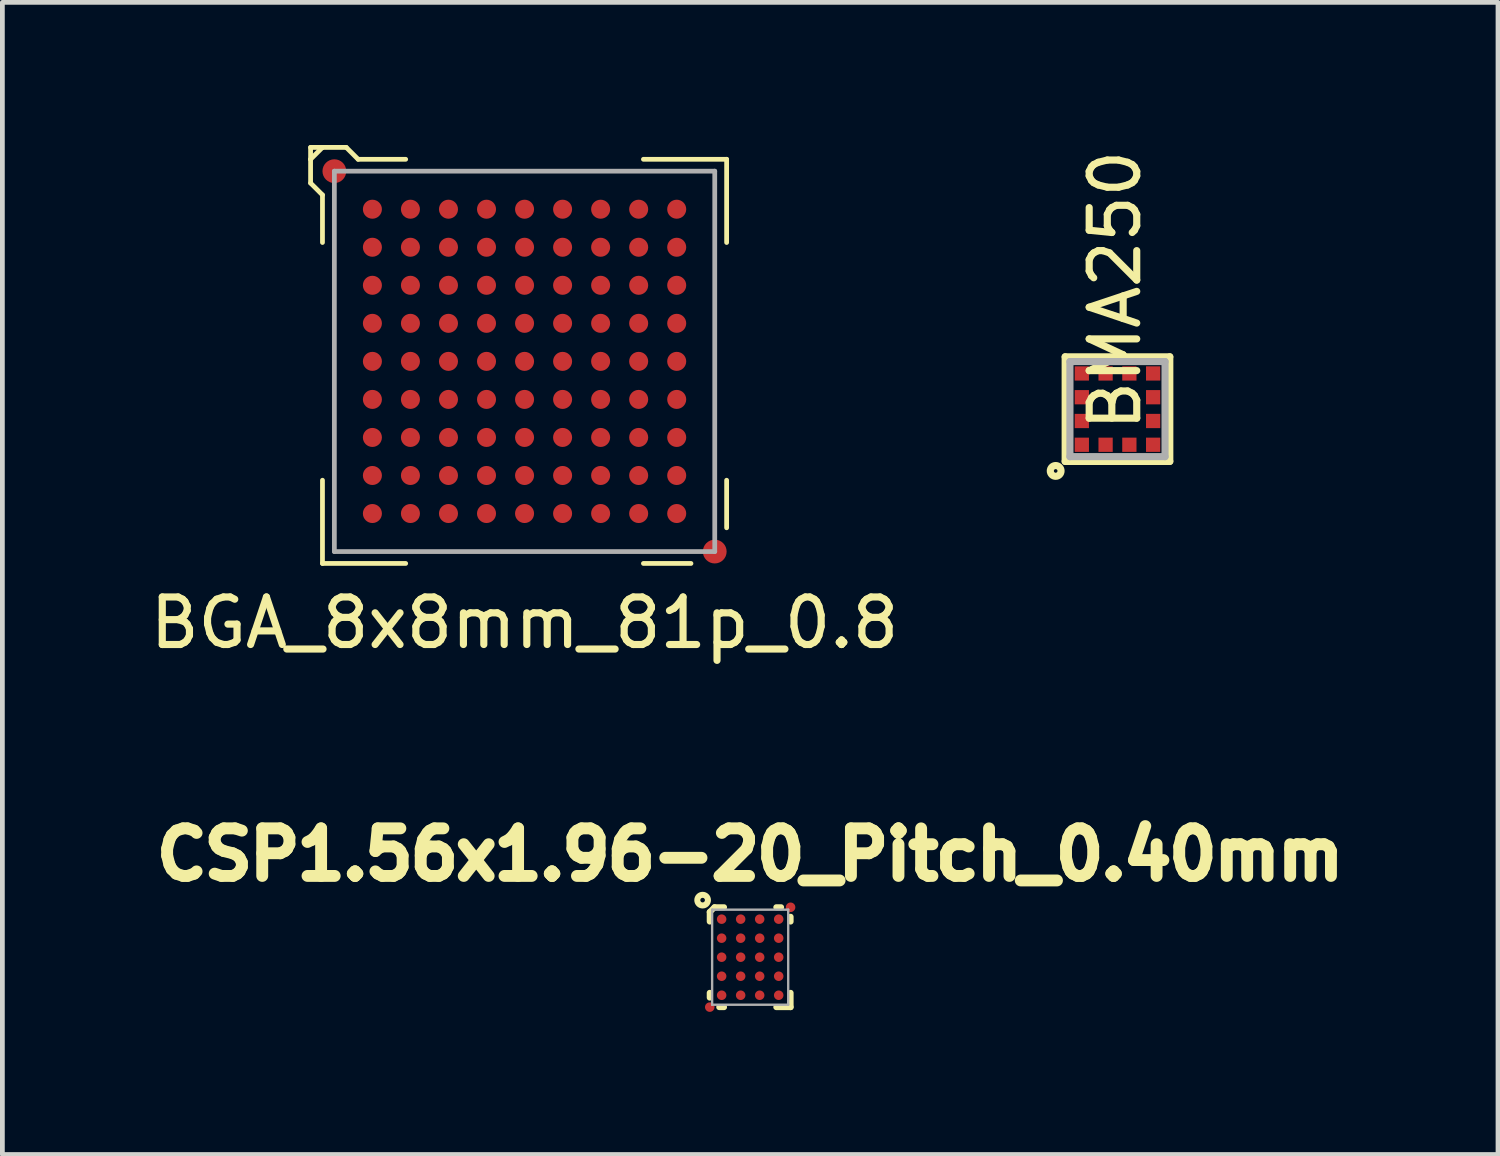
<source format=kicad_pcb>
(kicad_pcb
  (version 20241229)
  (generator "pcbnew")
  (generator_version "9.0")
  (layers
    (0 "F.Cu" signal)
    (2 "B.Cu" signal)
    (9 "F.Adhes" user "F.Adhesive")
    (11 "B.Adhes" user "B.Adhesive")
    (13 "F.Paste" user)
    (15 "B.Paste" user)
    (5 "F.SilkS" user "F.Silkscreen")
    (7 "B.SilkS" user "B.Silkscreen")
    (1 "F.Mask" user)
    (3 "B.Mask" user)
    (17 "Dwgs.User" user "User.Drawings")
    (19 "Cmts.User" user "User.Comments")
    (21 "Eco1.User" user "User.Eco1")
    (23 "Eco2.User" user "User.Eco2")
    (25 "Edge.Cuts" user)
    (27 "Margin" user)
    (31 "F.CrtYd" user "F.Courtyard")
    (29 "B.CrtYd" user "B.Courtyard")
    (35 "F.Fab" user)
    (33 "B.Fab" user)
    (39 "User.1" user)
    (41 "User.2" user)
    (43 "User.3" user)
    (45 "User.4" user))
  (footprint "CSP1.56x1.96-20_Pitch_0.40mm"
    (layer "F.Cu")
    (at 12.727 17.081)
    (property "Reference" "CSP1.56x1.96-20_Pitch_0.40mm" (at 0 -2.159 0) (layer "F.SilkS") (effects (font (size 1 1) (thickness 0.25))))
    (attr through_hole)
    (fp_line (start -0.85 -0.75) (end -0.85 -0.95) (stroke (width 0.127) (type solid)) (layer "F.SilkS"))
    (fp_line (start -0.85 0.75) (end -0.85 0.85) (stroke (width 0.127) (type solid)) (layer "F.SilkS"))
    (fp_line (start -0.75 -1.05) (end -0.85 -0.95) (stroke (width 0.127) (type solid)) (layer "F.SilkS"))
    (fp_line (start -0.75 -1.05) (end -0.55 -1.05) (stroke (width 0.127) (type solid)) (layer "F.SilkS"))
    (fp_line (start -0.55 1.05) (end -0.65 1.05) (stroke (width 0.127) (type solid)) (layer "F.SilkS"))
    (fp_line (start 0.55 -1.05) (end 0.65 -1.05) (stroke (width 0.127) (type solid)) (layer "F.SilkS"))
    (fp_line (start 0.55 1.05) (end 0.85 1.05) (stroke (width 0.127) (type solid)) (layer "F.SilkS"))
    (fp_line (start 0.85 -0.75) (end 0.85 -0.85) (stroke (width 0.127) (type solid)) (layer "F.SilkS"))
    (fp_line (start 0.85 1.05) (end 0.85 0.75) (stroke (width 0.127) (type solid)) (layer "F.SilkS"))
    (fp_circle (center -1 -1.2) (end -1.1 -1.15) (stroke (width 0.127) (type solid)) (fill no) (layer "F.SilkS"))
    (fp_line (start -0.8 -1) (end 0.8 -1) (stroke (width 0.05) (type solid)) (layer "F.Fab"))
    (fp_line (start -0.8 1) (end -0.8 -1) (stroke (width 0.05) (type solid)) (layer "F.Fab"))
    (fp_line (start 0.8 -1) (end 0.8 1) (stroke (width 0.05) (type solid)) (layer "F.Fab"))
    (fp_line (start 0.8 1) (end -0.8 1) (stroke (width 0.05) (type solid)) (layer "F.Fab"))
    (pad "A1" smd circle (at -0.6 -0.8) (size 0.2 0.2) (layers "F.Cu" "F.Mask" "F.Paste"))
    (pad "A2" smd circle (at -0.2 -0.8) (size 0.2 0.2) (layers "F.Cu" "F.Mask" "F.Paste"))
    (pad "A3" smd circle (at 0.2 -0.8) (size 0.2 0.2) (layers "F.Cu" "F.Mask" "F.Paste"))
    (pad "A4" smd circle (at 0.6 -0.8) (size 0.2 0.2) (layers "F.Cu" "F.Mask" "F.Paste"))
    (pad "B1" smd circle (at -0.6 -0.4) (size 0.2 0.2) (layers "F.Cu" "F.Mask" "F.Paste"))
    (pad "B2" smd circle (at -0.2 -0.4) (size 0.2 0.2) (layers "F.Cu" "F.Mask" "F.Paste"))
    (pad "B3" smd circle (at 0.2 -0.4) (size 0.2 0.2) (layers "F.Cu" "F.Mask" "F.Paste"))
    (pad "B4" smd circle (at 0.6 -0.4) (size 0.2 0.2) (layers "F.Cu" "F.Mask" "F.Paste"))
    (pad "C1" smd circle (at -0.6 0) (size 0.2 0.2) (layers "F.Cu" "F.Mask" "F.Paste"))
    (pad "C2" smd circle (at -0.2 0) (size 0.2 0.2) (layers "F.Cu" "F.Mask" "F.Paste"))
    (pad "C3" smd circle (at 0.2 0) (size 0.2 0.2) (layers "F.Cu" "F.Mask" "F.Paste"))
    (pad "C4" smd circle (at 0.6 0) (size 0.2 0.2) (layers "F.Cu" "F.Mask" "F.Paste"))
    (pad "D1" smd circle (at -0.6 0.4) (size 0.2 0.2) (layers "F.Cu" "F.Mask" "F.Paste"))
    (pad "D2" smd circle (at -0.2 0.4) (size 0.2 0.2) (layers "F.Cu" "F.Mask" "F.Paste"))
    (pad "D3" smd circle (at 0.2 0.4) (size 0.2 0.2) (layers "F.Cu" "F.Mask" "F.Paste"))
    (pad "D4" smd circle (at 0.6 0.4) (size 0.2 0.2) (layers "F.Cu" "F.Mask" "F.Paste"))
    (pad "E1" smd circle (at -0.6 0.8) (size 0.2 0.2) (layers "F.Cu" "F.Mask" "F.Paste"))
    (pad "E2" smd circle (at -0.2 0.8) (size 0.2 0.2) (layers "F.Cu" "F.Mask" "F.Paste"))
    (pad "E3" smd circle (at 0.2 0.8) (size 0.2 0.2) (layers "F.Cu" "F.Mask" "F.Paste"))
    (pad "E4" smd circle (at 0.6 0.8) (size 0.2 0.2) (layers "F.Cu" "F.Mask" "F.Paste"))
    (pad "Fid1" smd circle (at 0.85 -1.05) (size 0.2 0.2) (layers "F.Cu" "F.Mask"))
    (pad "Fid2" smd circle (at -0.85 1.05) (size 0.2 0.2) (layers "F.Cu" "F.Mask")))
  (footprint "BGA_8x8mm_81p_0.8"
    (layer "F.Cu")
    (at 7.982 4.55)
    (property "Reference" "BGA_8x8mm_81p_0.8" (at 0 5.5 0) (layer "F.SilkS") (effects (font (size 1 1) (thickness 0.15))))
    (attr through_hole)
    (fp_line (start -4.5 -4.5) (end -4.5 -4.25) (stroke (width 0.1) (type solid)) (layer "F.SilkS"))
    (fp_line (start -4.5 -4.25) (end -4.5 -3.75) (stroke (width 0.1) (type solid)) (layer "F.SilkS"))
    (fp_line (start -4.5 -3.75) (end -4.25 -3.5) (stroke (width 0.1) (type solid)) (layer "F.SilkS"))
    (fp_line (start -4.25 -4.5) (end -4.5 -4.5) (stroke (width 0.1) (type solid)) (layer "F.SilkS"))
    (fp_line (start -4.25 -4.5) (end -4.5 -4.25) (stroke (width 0.1) (type solid)) (layer "F.SilkS"))
    (fp_line (start -4.25 -3.5) (end -4.25 -2.5) (stroke (width 0.1) (type solid)) (layer "F.SilkS"))
    (fp_line (start -4.25 2.5) (end -4.25 4.25) (stroke (width 0.1) (type solid)) (layer "F.SilkS"))
    (fp_line (start -4.25 4.25) (end -2.5 4.25) (stroke (width 0.1) (type solid)) (layer "F.SilkS"))
    (fp_line (start -3.75 -4.5) (end -4.25 -4.5) (stroke (width 0.1) (type solid)) (layer "F.SilkS"))
    (fp_line (start -3.5 -4.25) (end -3.75 -4.5) (stroke (width 0.1) (type solid)) (layer "F.SilkS"))
    (fp_line (start -2.5 -4.25) (end -3.5 -4.25) (stroke (width 0.1) (type solid)) (layer "F.SilkS"))
    (fp_line (start 2.5 -4.25) (end 4.25 -4.25) (stroke (width 0.1) (type solid)) (layer "F.SilkS"))
    (fp_line (start 3.5 4.25) (end 2.5 4.25) (stroke (width 0.1) (type solid)) (layer "F.SilkS"))
    (fp_line (start 4.25 -4.25) (end 4.25 -2.5) (stroke (width 0.1) (type solid)) (layer "F.SilkS"))
    (fp_line (start 4.25 3.5) (end 4.25 2.5) (stroke (width 0.1) (type solid)) (layer "F.SilkS"))
    (fp_line (start -4 -4) (end -4 4) (stroke (width 0.1) (type solid)) (layer "F.Fab"))
    (fp_line (start -4 4) (end 4 4) (stroke (width 0.1) (type solid)) (layer "F.Fab"))
    (fp_line (start 4 -4) (end -4 -4) (stroke (width 0.1) (type solid)) (layer "F.Fab"))
    (fp_line (start 4 4) (end 4 -4) (stroke (width 0.1) (type solid)) (layer "F.Fab"))
    (pad "0" smd circle (at -4 -4) (size 0.5 0.5) (layers "F.Cu" "F.Mask"))
    (pad "0" smd circle (at 4 4) (size 0.5 0.5) (layers "F.Cu" "F.Mask"))
    (pad "A1" smd circle (at -3.2 -3.2) (size 0.4 0.4) (layers "F.Cu" "F.Mask" "F.Paste"))
    (pad "A2" smd circle (at -2.4 -3.2) (size 0.4 0.4) (layers "F.Cu" "F.Mask" "F.Paste"))
    (pad "A3" smd circle (at -1.6 -3.2) (size 0.4 0.4) (layers "F.Cu" "F.Mask" "F.Paste"))
    (pad "A4" smd circle (at -0.8 -3.2) (size 0.4 0.4) (layers "F.Cu" "F.Mask" "F.Paste"))
    (pad "A5" smd circle (at 0 -3.2) (size 0.4 0.4) (layers "F.Cu" "F.Mask" "F.Paste"))
    (pad "A6" smd circle (at 0.8 -3.2) (size 0.4 0.4) (layers "F.Cu" "F.Mask" "F.Paste"))
    (pad "A7" smd circle (at 1.6 -3.2) (size 0.4 0.4) (layers "F.Cu" "F.Mask" "F.Paste"))
    (pad "A8" smd circle (at 2.4 -3.2) (size 0.4 0.4) (layers "F.Cu" "F.Mask" "F.Paste"))
    (pad "A9" smd circle (at 3.2 -3.2) (size 0.4 0.4) (layers "F.Cu" "F.Mask" "F.Paste"))
    (pad "B1" smd circle (at -3.2 -2.4) (size 0.4 0.4) (layers "F.Cu" "F.Mask" "F.Paste"))
    (pad "B2" smd circle (at -2.4 -2.4) (size 0.4 0.4) (layers "F.Cu" "F.Mask" "F.Paste"))
    (pad "B3" smd circle (at -1.6 -2.4) (size 0.4 0.4) (layers "F.Cu" "F.Mask" "F.Paste"))
    (pad "B4" smd circle (at -0.8 -2.4) (size 0.4 0.4) (layers "F.Cu" "F.Mask" "F.Paste"))
    (pad "B5" smd circle (at 0 -2.4) (size 0.4 0.4) (layers "F.Cu" "F.Mask" "F.Paste"))
    (pad "B6" smd circle (at 0.8 -2.4) (size 0.4 0.4) (layers "F.Cu" "F.Mask" "F.Paste"))
    (pad "B7" smd circle (at 1.6 -2.4) (size 0.4 0.4) (layers "F.Cu" "F.Mask" "F.Paste"))
    (pad "B8" smd circle (at 2.4 -2.4) (size 0.4 0.4) (layers "F.Cu" "F.Mask" "F.Paste"))
    (pad "B9" smd circle (at 3.2 -2.4) (size 0.4 0.4) (layers "F.Cu" "F.Mask" "F.Paste"))
    (pad "C1" smd circle (at -3.2 -1.6) (size 0.4 0.4) (layers "F.Cu" "F.Mask" "F.Paste"))
    (pad "C2" smd circle (at -2.4 -1.6) (size 0.4 0.4) (layers "F.Cu" "F.Mask" "F.Paste"))
    (pad "C3" smd circle (at -1.6 -1.6) (size 0.4 0.4) (layers "F.Cu" "F.Mask" "F.Paste"))
    (pad "C4" smd circle (at -0.8 -1.6) (size 0.4 0.4) (layers "F.Cu" "F.Mask" "F.Paste"))
    (pad "C5" smd circle (at 0 -1.6) (size 0.4 0.4) (layers "F.Cu" "F.Mask" "F.Paste"))
    (pad "C6" smd circle (at 0.8 -1.6) (size 0.4 0.4) (layers "F.Cu" "F.Mask" "F.Paste"))
    (pad "C7" smd circle (at 1.6 -1.6) (size 0.4 0.4) (layers "F.Cu" "F.Mask" "F.Paste"))
    (pad "C8" smd circle (at 2.4 -1.6) (size 0.4 0.4) (layers "F.Cu" "F.Mask" "F.Paste"))
    (pad "C9" smd circle (at 3.2 -1.6) (size 0.4 0.4) (layers "F.Cu" "F.Mask" "F.Paste"))
    (pad "D1" smd circle (at -3.2 -0.8) (size 0.4 0.4) (layers "F.Cu" "F.Mask" "F.Paste"))
    (pad "D2" smd circle (at -2.4 -0.8) (size 0.4 0.4) (layers "F.Cu" "F.Mask" "F.Paste"))
    (pad "D3" smd circle (at -1.6 -0.8) (size 0.4 0.4) (layers "F.Cu" "F.Mask" "F.Paste"))
    (pad "D4" smd circle (at -0.8 -0.8) (size 0.4 0.4) (layers "F.Cu" "F.Mask" "F.Paste"))
    (pad "D5" smd circle (at 0 -0.8) (size 0.4 0.4) (layers "F.Cu" "F.Mask" "F.Paste"))
    (pad "D6" smd circle (at 0.8 -0.8) (size 0.4 0.4) (layers "F.Cu" "F.Mask" "F.Paste"))
    (pad "D7" smd circle (at 1.6 -0.8) (size 0.4 0.4) (layers "F.Cu" "F.Mask" "F.Paste"))
    (pad "D8" smd circle (at 2.4 -0.8) (size 0.4 0.4) (layers "F.Cu" "F.Mask" "F.Paste"))
    (pad "D9" smd circle (at 3.2 -0.8) (size 0.4 0.4) (layers "F.Cu" "F.Mask" "F.Paste"))
    (pad "E1" smd circle (at -3.2 0) (size 0.4 0.4) (layers "F.Cu" "F.Mask" "F.Paste"))
    (pad "E2" smd circle (at -2.4 0) (size 0.4 0.4) (layers "F.Cu" "F.Mask" "F.Paste"))
    (pad "E3" smd circle (at -1.6 0) (size 0.4 0.4) (layers "F.Cu" "F.Mask" "F.Paste"))
    (pad "E4" smd circle (at -0.8 0) (size 0.4 0.4) (layers "F.Cu" "F.Mask" "F.Paste"))
    (pad "E5" smd circle (at 0 0) (size 0.4 0.4) (layers "F.Cu" "F.Mask" "F.Paste"))
    (pad "E6" smd circle (at 0.8 0) (size 0.4 0.4) (layers "F.Cu" "F.Mask" "F.Paste"))
    (pad "E7" smd circle (at 1.6 0) (size 0.4 0.4) (layers "F.Cu" "F.Mask" "F.Paste"))
    (pad "E8" smd circle (at 2.4 0) (size 0.4 0.4) (layers "F.Cu" "F.Mask" "F.Paste"))
    (pad "E9" smd circle (at 3.2 0) (size 0.4 0.4) (layers "F.Cu" "F.Mask" "F.Paste"))
    (pad "F1" smd circle (at -3.2 0.8) (size 0.4 0.4) (layers "F.Cu" "F.Mask" "F.Paste"))
    (pad "F2" smd circle (at -2.4 0.8) (size 0.4 0.4) (layers "F.Cu" "F.Mask" "F.Paste"))
    (pad "F3" smd circle (at -1.6 0.8) (size 0.4 0.4) (layers "F.Cu" "F.Mask" "F.Paste"))
    (pad "F4" smd circle (at -0.8 0.8) (size 0.4 0.4) (layers "F.Cu" "F.Mask" "F.Paste"))
    (pad "F5" smd circle (at 0 0.8) (size 0.4 0.4) (layers "F.Cu" "F.Mask" "F.Paste"))
    (pad "F6" smd circle (at 0.8 0.8) (size 0.4 0.4) (layers "F.Cu" "F.Mask" "F.Paste"))
    (pad "F7" smd circle (at 1.6 0.8) (size 0.4 0.4) (layers "F.Cu" "F.Mask" "F.Paste"))
    (pad "F8" smd circle (at 2.4 0.8) (size 0.4 0.4) (layers "F.Cu" "F.Mask" "F.Paste"))
    (pad "F9" smd circle (at 3.2 0.8) (size 0.4 0.4) (layers "F.Cu" "F.Mask" "F.Paste"))
    (pad "G1" smd circle (at -3.2 1.6) (size 0.4 0.4) (layers "F.Cu" "F.Mask" "F.Paste"))
    (pad "G2" smd circle (at -2.4 1.6) (size 0.4 0.4) (layers "F.Cu" "F.Mask" "F.Paste"))
    (pad "G3" smd circle (at -1.6 1.6) (size 0.4 0.4) (layers "F.Cu" "F.Mask" "F.Paste"))
    (pad "G4" smd circle (at -0.8 1.6) (size 0.4 0.4) (layers "F.Cu" "F.Mask" "F.Paste"))
    (pad "G5" smd circle (at 0 1.6) (size 0.4 0.4) (layers "F.Cu" "F.Mask" "F.Paste"))
    (pad "G6" smd circle (at 0.8 1.6) (size 0.4 0.4) (layers "F.Cu" "F.Mask" "F.Paste"))
    (pad "G7" smd circle (at 1.6 1.6) (size 0.4 0.4) (layers "F.Cu" "F.Mask" "F.Paste"))
    (pad "G8" smd circle (at 2.4 1.6) (size 0.4 0.4) (layers "F.Cu" "F.Mask" "F.Paste"))
    (pad "G9" smd circle (at 3.2 1.6) (size 0.4 0.4) (layers "F.Cu" "F.Mask" "F.Paste"))
    (pad "H1" smd circle (at -3.2 2.4) (size 0.4 0.4) (layers "F.Cu" "F.Mask" "F.Paste"))
    (pad "H2" smd circle (at -2.4 2.4) (size 0.4 0.4) (layers "F.Cu" "F.Mask" "F.Paste"))
    (pad "H3" smd circle (at -1.6 2.4) (size 0.4 0.4) (layers "F.Cu" "F.Mask" "F.Paste"))
    (pad "H4" smd circle (at -0.8 2.4) (size 0.4 0.4) (layers "F.Cu" "F.Mask" "F.Paste"))
    (pad "H5" smd circle (at 0 2.4) (size 0.4 0.4) (layers "F.Cu" "F.Mask" "F.Paste"))
    (pad "H6" smd circle (at 0.8 2.4) (size 0.4 0.4) (layers "F.Cu" "F.Mask" "F.Paste"))
    (pad "H7" smd circle (at 1.6 2.4) (size 0.4 0.4) (layers "F.Cu" "F.Mask" "F.Paste"))
    (pad "H8" smd circle (at 2.4 2.4) (size 0.4 0.4) (layers "F.Cu" "F.Mask" "F.Paste"))
    (pad "H9" smd circle (at 3.2 2.4) (size 0.4 0.4) (layers "F.Cu" "F.Mask" "F.Paste"))
    (pad "J1" smd circle (at -3.2 3.2) (size 0.4 0.4) (layers "F.Cu" "F.Mask" "F.Paste"))
    (pad "J2" smd circle (at -2.4 3.2) (size 0.4 0.4) (layers "F.Cu" "F.Mask" "F.Paste"))
    (pad "J3" smd circle (at -1.6 3.2) (size 0.4 0.4) (layers "F.Cu" "F.Mask" "F.Paste"))
    (pad "J4" smd circle (at -0.8 3.2) (size 0.4 0.4) (layers "F.Cu" "F.Mask" "F.Paste"))
    (pad "J5" smd circle (at 0 3.2) (size 0.4 0.4) (layers "F.Cu" "F.Mask" "F.Paste"))
    (pad "J6" smd circle (at 0.8 3.2) (size 0.4 0.4) (layers "F.Cu" "F.Mask" "F.Paste"))
    (pad "J7" smd circle (at 1.6 3.2) (size 0.4 0.4) (layers "F.Cu" "F.Mask" "F.Paste"))
    (pad "J8" smd circle (at 2.4 3.2) (size 0.4 0.4) (layers "F.Cu" "F.Mask" "F.Paste"))
    (pad "J9" smd circle (at 3.2 3.2) (size 0.4 0.4) (layers "F.Cu" "F.Mask" "F.Paste")))
  (footprint "BMA250"
    (layer "F.Cu")
    (at 20.452 5.554)
    (property "Reference" "BMA250" (at -0.05 -2.5 90) (layer "F.SilkS") (effects (font (size 1 1) (thickness 0.15))))
    (attr smd)
    (fp_line (start -1.1 -1.1) (end 1.1 -1.1) (stroke (width 0.15) (type solid)) (layer "F.SilkS"))
    (fp_line (start -1.1 1.1) (end -1.1 -1.1) (stroke (width 0.15) (type solid)) (layer "F.SilkS"))
    (fp_line (start 1.1 -1.1) (end 1.1 1.1) (stroke (width 0.15) (type solid)) (layer "F.SilkS"))
    (fp_line (start 1.1 1.1) (end -1.1 1.1) (stroke (width 0.15) (type solid)) (layer "F.SilkS"))
    (fp_circle (center -1.3 1.3) (end -1.38 1.38) (stroke (width 0.15) (type solid)) (fill no) (layer "F.SilkS"))
    (fp_line (start -1 -1) (end 1 -1) (stroke (width 0.15) (type solid)) (layer "F.Fab"))
    (fp_line (start -1 1) (end -1 -1) (stroke (width 0.15) (type solid)) (layer "F.Fab"))
    (fp_line (start 1 -1) (end 1 1) (stroke (width 0.15) (type solid)) (layer "F.Fab"))
    (fp_line (start 1 1) (end -1 1) (stroke (width 0.15) (type solid)) (layer "F.Fab"))
    (pad "1" smd rect (at -0.75 0.75) (size 0.3 0.3) (layers "F.Cu" "F.Mask" "F.Paste"))
    (pad "2" smd rect (at -0.25 0.75) (size 0.3 0.3) (layers "F.Cu" "F.Mask" "F.Paste"))
    (pad "3" smd rect (at 0.25 0.75) (size 0.3 0.3) (layers "F.Cu" "F.Mask" "F.Paste"))
    (pad "4" smd rect (at 0.75 0.75) (size 0.3 0.3) (layers "F.Cu" "F.Mask" "F.Paste"))
    (pad "5" smd rect (at 0.75 0.25) (size 0.3 0.3) (layers "F.Cu" "F.Mask" "F.Paste"))
    (pad "6" smd rect (at 0.75 -0.25) (size 0.3 0.3) (layers "F.Cu" "F.Mask" "F.Paste"))
    (pad "7" smd rect (at 0.75 -0.75) (size 0.3 0.3) (layers "F.Cu" "F.Mask" "F.Paste"))
    (pad "8" smd rect (at 0.25 -0.75) (size 0.3 0.3) (layers "F.Cu" "F.Mask" "F.Paste"))
    (pad "9" smd rect (at -0.25 -0.75) (size 0.3 0.3) (layers "F.Cu" "F.Mask" "F.Paste"))
    (pad "10" smd rect (at -0.75 -0.75) (size 0.3 0.3) (layers "F.Cu" "F.Mask" "F.Paste"))
    (pad "11" smd rect (at -0.75 -0.25) (size 0.3 0.3) (layers "F.Cu" "F.Mask" "F.Paste"))
    (pad "12" smd rect (at -0.75 0.25) (size 0.3 0.3) (layers "F.Cu" "F.Mask" "F.Paste")))
  (gr_rect
    (start -3 -3)
    (end 28.455 21.231)
    (stroke (width 0.1) (type default))
    (fill no)
    (layer "Edge.Cuts")))
</source>
